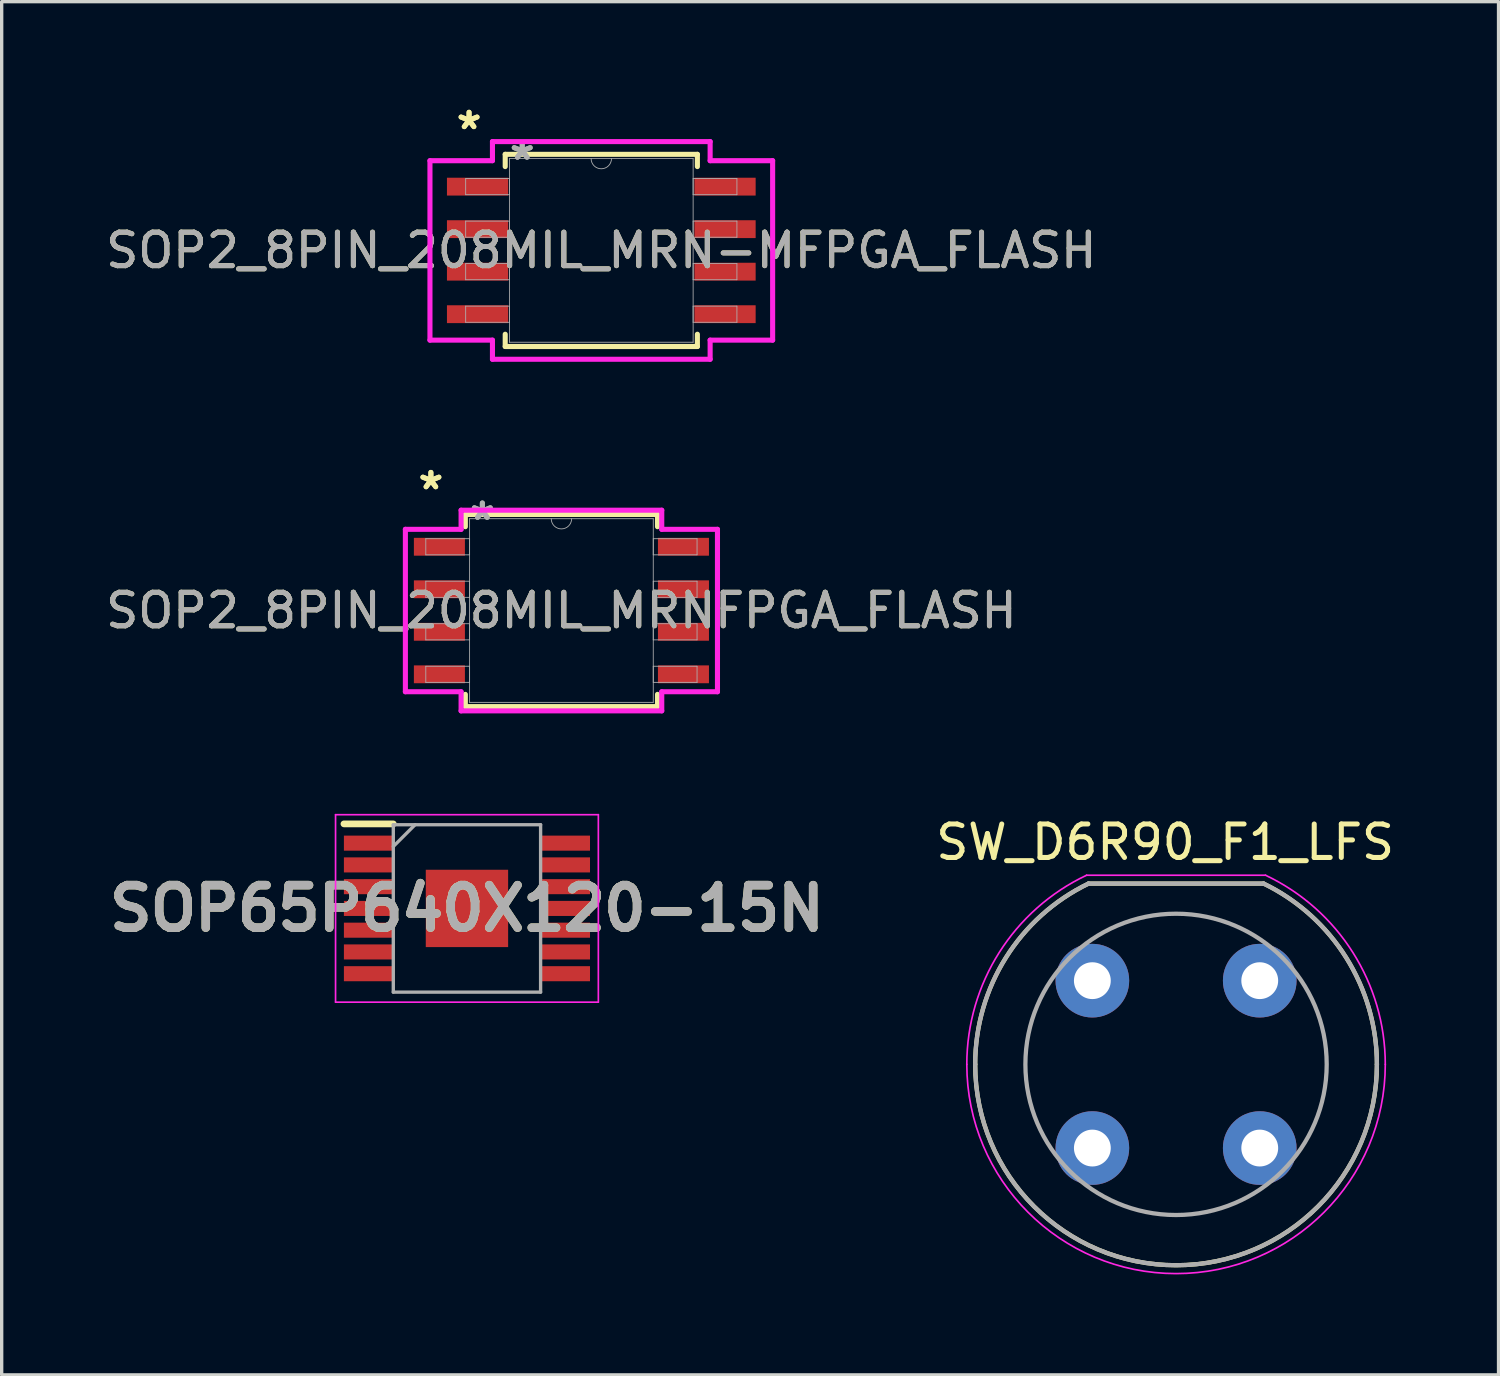
<source format=kicad_pcb>
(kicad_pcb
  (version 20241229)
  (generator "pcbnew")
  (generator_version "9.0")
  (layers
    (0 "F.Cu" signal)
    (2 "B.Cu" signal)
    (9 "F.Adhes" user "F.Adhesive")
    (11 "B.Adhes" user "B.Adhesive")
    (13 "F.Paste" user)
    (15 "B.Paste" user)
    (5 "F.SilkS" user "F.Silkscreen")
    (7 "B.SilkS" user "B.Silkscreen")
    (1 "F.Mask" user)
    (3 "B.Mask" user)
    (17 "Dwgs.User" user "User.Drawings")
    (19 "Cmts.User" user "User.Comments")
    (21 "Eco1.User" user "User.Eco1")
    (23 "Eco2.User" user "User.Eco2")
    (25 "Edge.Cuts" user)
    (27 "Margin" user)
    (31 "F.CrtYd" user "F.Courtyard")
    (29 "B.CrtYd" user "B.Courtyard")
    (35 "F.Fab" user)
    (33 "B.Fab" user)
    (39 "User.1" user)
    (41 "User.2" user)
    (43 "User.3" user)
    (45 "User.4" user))
  (footprint "SW_D6R90_F1_LFS"
    (layer "F.Cu")
    (at 32.079 28.743)
    (property "Reference" "SW_D6R90_F1_LFS" (at -0.325 -6.635 0) (layer "F.SilkS") (effects (font (size 1 1) (thickness 0.15))))
    (attr through_hole)
    (fp_line (start -2.615 -5.4) (end 2.615 -5.4) (stroke (width 0.127) (type solid)) (layer "F.SilkS"))
    (fp_arc (start -6 0) (mid -5.083648 -3.18653) (end -2.615 -5.4) (stroke (width 0.127) (type solid)) (layer "F.SilkS"))
    (fp_arc (start 2.615 -5.4) (mid 5.083263 -3.186288) (end 5.999999 0) (stroke (width 0.127) (type solid)) (layer "F.SilkS"))
    (fp_arc (start 6 0) (mid 0 6) (end -6 0) (stroke (width 0.127) (type solid)) (layer "F.SilkS"))
    (fp_line (start -2.672 -5.65) (end 2.672 -5.65) (stroke (width 0.05) (type solid)) (layer "F.CrtYd"))
    (fp_arc (start -6.25 0) (mid -5.280213 -3.343787) (end -2.672 -5.65) (stroke (width 0.05) (type solid)) (layer "F.CrtYd"))
    (fp_arc (start 2.672 -5.65) (mid 5.280511 -3.343976) (end 6.25 0) (stroke (width 0.05) (type solid)) (layer "F.CrtYd"))
    (fp_arc (start 6.25 0) (mid 0 6.25) (end -6.25 0) (stroke (width 0.05) (type solid)) (layer "F.CrtYd"))
    (fp_line (start -2.615 -5.4) (end 2.615 -5.4) (stroke (width 0.127) (type solid)) (layer "F.Fab"))
    (fp_arc (start -6 0) (mid -5.083648 -3.18653) (end -2.615 -5.4) (stroke (width 0.127) (type solid)) (layer "F.Fab"))
    (fp_arc (start 2.615 -5.4) (mid 5.083263 -3.186288) (end 5.999999 0) (stroke (width 0.127) (type solid)) (layer "F.Fab"))
    (fp_arc (start 6 0) (mid 0 6) (end -6 0) (stroke (width 0.127) (type solid)) (layer "F.Fab"))
    (fp_circle (center 0 0) (end 4.5 0) (stroke (width 0.127) (type solid)) (fill no) (layer "F.Fab"))
    (pad "1" thru_hole circle (at -2.5 -2.5) (size 2.2 2.2) (drill 1.1) (layers "*.Cu" "*.Mask"))
    (pad "2" thru_hole circle (at -2.5 2.5) (size 2.2 2.2) (drill 1.1) (layers "*.Cu" "*.Mask"))
    (pad "3" thru_hole circle (at 2.5 2.5) (size 2.2 2.2) (drill 1.1) (layers "*.Cu" "*.Mask"))
    (pad "4" thru_hole circle (at 2.5 -2.5) (size 2.2 2.2) (drill 1.1) (layers "*.Cu" "*.Mask")))
  (footprint "SOP2_8PIN_208MIL_MRNFPGA_FLASH"
    (layer "F.Cu")
    (at 13.72 15.187)
    (property "Reference" "SOP2_8PIN_208MIL_MRNFPGA_FLASH" (at 0 0 0) (unlocked yes) (layer "F.SilkS") (effects (font (size 1 1) (thickness 0.15))))
    (attr smd)
    (fp_line (start -2.87 -2.87) (end -2.87 -2.504) (stroke (width 0.152) (type solid)) (layer "F.SilkS"))
    (fp_line (start -2.87 2.504) (end -2.87 2.87) (stroke (width 0.152) (type solid)) (layer "F.SilkS"))
    (fp_line (start -2.87 2.87) (end 2.87 2.87) (stroke (width 0.152) (type solid)) (layer "F.SilkS"))
    (fp_line (start 2.87 -2.87) (end -2.87 -2.87) (stroke (width 0.152) (type solid)) (layer "F.SilkS"))
    (fp_line (start 2.87 -2.504) (end 2.87 -2.87) (stroke (width 0.152) (type solid)) (layer "F.SilkS"))
    (fp_line (start 2.87 2.87) (end 2.87 2.504) (stroke (width 0.152) (type solid)) (layer "F.SilkS"))
    (fp_line (start -4.661 -2.426) (end -2.997 -2.426) (stroke (width 0.152) (type solid)) (layer "F.CrtYd"))
    (fp_line (start -4.661 2.426) (end -4.661 -2.426) (stroke (width 0.152) (type solid)) (layer "F.CrtYd"))
    (fp_line (start -4.661 2.426) (end -2.997 2.426) (stroke (width 0.152) (type solid)) (layer "F.CrtYd"))
    (fp_line (start -2.997 -2.997) (end 2.997 -2.997) (stroke (width 0.152) (type solid)) (layer "F.CrtYd"))
    (fp_line (start -2.997 -2.426) (end -2.997 -2.997) (stroke (width 0.152) (type solid)) (layer "F.CrtYd"))
    (fp_line (start -2.997 2.997) (end -2.997 2.426) (stroke (width 0.152) (type solid)) (layer "F.CrtYd"))
    (fp_line (start 2.997 -2.997) (end 2.997 -2.426) (stroke (width 0.152) (type solid)) (layer "F.CrtYd"))
    (fp_line (start 2.997 2.426) (end 2.997 2.997) (stroke (width 0.152) (type solid)) (layer "F.CrtYd"))
    (fp_line (start 2.997 2.997) (end -2.997 2.997) (stroke (width 0.152) (type solid)) (layer "F.CrtYd"))
    (fp_line (start 4.661 -2.426) (end 2.997 -2.426) (stroke (width 0.152) (type solid)) (layer "F.CrtYd"))
    (fp_line (start 4.661 -2.426) (end 4.661 2.426) (stroke (width 0.152) (type solid)) (layer "F.CrtYd"))
    (fp_line (start 4.661 2.426) (end 2.997 2.426) (stroke (width 0.152) (type solid)) (layer "F.CrtYd"))
    (fp_line (start -4.051 -2.146) (end -4.051 -1.664) (stroke (width 0.025) (type solid)) (layer "F.Fab"))
    (fp_line (start -4.051 -1.664) (end -2.743 -1.664) (stroke (width 0.025) (type solid)) (layer "F.Fab"))
    (fp_line (start -4.051 -0.876) (end -4.051 -0.394) (stroke (width 0.025) (type solid)) (layer "F.Fab"))
    (fp_line (start -4.051 -0.394) (end -2.743 -0.394) (stroke (width 0.025) (type solid)) (layer "F.Fab"))
    (fp_line (start -4.051 0.394) (end -4.051 0.876) (stroke (width 0.025) (type solid)) (layer "F.Fab"))
    (fp_line (start -4.051 0.876) (end -2.743 0.876) (stroke (width 0.025) (type solid)) (layer "F.Fab"))
    (fp_line (start -4.051 1.664) (end -4.051 2.146) (stroke (width 0.025) (type solid)) (layer "F.Fab"))
    (fp_line (start -4.051 2.146) (end -2.743 2.146) (stroke (width 0.025) (type solid)) (layer "F.Fab"))
    (fp_line (start -2.743 -2.743) (end -2.743 2.743) (stroke (width 0.025) (type solid)) (layer "F.Fab"))
    (fp_line (start -2.743 -2.146) (end -4.051 -2.146) (stroke (width 0.025) (type solid)) (layer "F.Fab"))
    (fp_line (start -2.743 -1.664) (end -2.743 -2.146) (stroke (width 0.025) (type solid)) (layer "F.Fab"))
    (fp_line (start -2.743 -0.876) (end -4.051 -0.876) (stroke (width 0.025) (type solid)) (layer "F.Fab"))
    (fp_line (start -2.743 -0.394) (end -2.743 -0.876) (stroke (width 0.025) (type solid)) (layer "F.Fab"))
    (fp_line (start -2.743 0.394) (end -4.051 0.394) (stroke (width 0.025) (type solid)) (layer "F.Fab"))
    (fp_line (start -2.743 0.876) (end -2.743 0.394) (stroke (width 0.025) (type solid)) (layer "F.Fab"))
    (fp_line (start -2.743 1.664) (end -4.051 1.664) (stroke (width 0.025) (type solid)) (layer "F.Fab"))
    (fp_line (start -2.743 2.146) (end -2.743 1.664) (stroke (width 0.025) (type solid)) (layer "F.Fab"))
    (fp_line (start -2.743 2.743) (end 2.743 2.743) (stroke (width 0.025) (type solid)) (layer "F.Fab"))
    (fp_line (start 2.743 -2.743) (end -2.743 -2.743) (stroke (width 0.025) (type solid)) (layer "F.Fab"))
    (fp_line (start 2.743 -2.146) (end 2.743 -1.664) (stroke (width 0.025) (type solid)) (layer "F.Fab"))
    (fp_line (start 2.743 -1.664) (end 4.051 -1.664) (stroke (width 0.025) (type solid)) (layer "F.Fab"))
    (fp_line (start 2.743 -0.876) (end 2.743 -0.394) (stroke (width 0.025) (type solid)) (layer "F.Fab"))
    (fp_line (start 2.743 -0.394) (end 4.051 -0.394) (stroke (width 0.025) (type solid)) (layer "F.Fab"))
    (fp_line (start 2.743 0.394) (end 2.743 0.876) (stroke (width 0.025) (type solid)) (layer "F.Fab"))
    (fp_line (start 2.743 0.876) (end 4.051 0.876) (stroke (width 0.025) (type solid)) (layer "F.Fab"))
    (fp_line (start 2.743 1.664) (end 2.743 2.146) (stroke (width 0.025) (type solid)) (layer "F.Fab"))
    (fp_line (start 2.743 2.146) (end 4.051 2.146) (stroke (width 0.025) (type solid)) (layer "F.Fab"))
    (fp_line (start 2.743 2.743) (end 2.743 -2.743) (stroke (width 0.025) (type solid)) (layer "F.Fab"))
    (fp_line (start 4.051 -2.146) (end 2.743 -2.146) (stroke (width 0.025) (type solid)) (layer "F.Fab"))
    (fp_line (start 4.051 -1.664) (end 4.051 -2.146) (stroke (width 0.025) (type solid)) (layer "F.Fab"))
    (fp_line (start 4.051 -0.876) (end 2.743 -0.876) (stroke (width 0.025) (type solid)) (layer "F.Fab"))
    (fp_line (start 4.051 -0.394) (end 4.051 -0.876) (stroke (width 0.025) (type solid)) (layer "F.Fab"))
    (fp_line (start 4.051 0.394) (end 2.743 0.394) (stroke (width 0.025) (type solid)) (layer "F.Fab"))
    (fp_line (start 4.051 0.876) (end 4.051 0.394) (stroke (width 0.025) (type solid)) (layer "F.Fab"))
    (fp_line (start 4.051 1.664) (end 2.743 1.664) (stroke (width 0.025) (type solid)) (layer "F.Fab"))
    (fp_line (start 4.051 2.146) (end 4.051 1.664) (stroke (width 0.025) (type solid)) (layer "F.Fab"))
    (fp_arc (start 0.3048 -2.7432) (mid 0 -2.4384) (end -0.3048 -2.7432) (stroke (width 0.0254) (type solid)) (layer "F.Fab"))
    (fp_text user "*" (at -3.899 -3.581 0) (unlocked yes) (layer "F.SilkS") (effects (font (size 1 1) (thickness 0.15))))
    (fp_text user "*" (at -3.899 -3.581 0) (layer "F.SilkS") (effects (font (size 1 1) (thickness 0.15))))
    (fp_text user "${REFERENCE}" (at 0 0 0) (unlocked yes) (layer "F.Fab") (effects (font (size 1 1) (thickness 0.15))))
    (fp_text user "*" (at -2.362 -2.667 0) (layer "F.Fab") (effects (font (size 1 1) (thickness 0.15))))
    (fp_text user "*" (at -2.362 -2.667 0) (unlocked yes) (layer "F.Fab") (effects (font (size 1 1) (thickness 0.15))))
    (pad "1" smd rect (at -3.645 -1.905) (size 1.524 0.533) (layers "F.Cu" "F.Mask" "F.Paste"))
    (pad "2" smd rect (at -3.645 -0.635) (size 1.524 0.533) (layers "F.Cu" "F.Mask" "F.Paste"))
    (pad "3" smd rect (at -3.645 0.635) (size 1.524 0.533) (layers "F.Cu" "F.Mask" "F.Paste"))
    (pad "4" smd rect (at -3.645 1.905) (size 1.524 0.533) (layers "F.Cu" "F.Mask" "F.Paste"))
    (pad "5" smd rect (at 3.645 1.905) (size 1.524 0.533) (layers "F.Cu" "F.Mask" "F.Paste"))
    (pad "6" smd rect (at 3.645 0.635) (size 1.524 0.533) (layers "F.Cu" "F.Mask" "F.Paste"))
    (pad "7" smd rect (at 3.645 -0.635) (size 1.524 0.533) (layers "F.Cu" "F.Mask" "F.Paste"))
    (pad "8" smd rect (at 3.645 -1.905) (size 1.524 0.533) (layers "F.Cu" "F.Mask" "F.Paste")))
  (footprint "SOP65P640X120-15N"
    (layer "F.Cu")
    (at 10.898 24.085)
    (property "Reference" "SOP65P640X120-15N" (at 0 0 0) (layer "F.SilkS") (effects (font (size 1.27 1.27) (thickness 0.254))))
    (attr smd)
    (fp_line (start -3.675 -2.525) (end -2.2 -2.525) (stroke (width 0.2) (type solid)) (layer "F.SilkS"))
    (fp_line (start -3.925 -2.8) (end 3.925 -2.8) (stroke (width 0.05) (type solid)) (layer "F.CrtYd"))
    (fp_line (start -3.925 2.8) (end -3.925 -2.8) (stroke (width 0.05) (type solid)) (layer "F.CrtYd"))
    (fp_line (start 3.925 -2.8) (end 3.925 2.8) (stroke (width 0.05) (type solid)) (layer "F.CrtYd"))
    (fp_line (start 3.925 2.8) (end -3.925 2.8) (stroke (width 0.05) (type solid)) (layer "F.CrtYd"))
    (fp_line (start -2.2 -2.5) (end 2.2 -2.5) (stroke (width 0.1) (type solid)) (layer "F.Fab"))
    (fp_line (start -2.2 -1.85) (end -1.55 -2.5) (stroke (width 0.1) (type solid)) (layer "F.Fab"))
    (fp_line (start -2.2 2.5) (end -2.2 -2.5) (stroke (width 0.1) (type solid)) (layer "F.Fab"))
    (fp_line (start 2.2 -2.5) (end 2.2 2.5) (stroke (width 0.1) (type solid)) (layer "F.Fab"))
    (fp_line (start 2.2 2.5) (end -2.2 2.5) (stroke (width 0.1) (type solid)) (layer "F.Fab"))
    (fp_text user "${REFERENCE}" (at 0 0 0) (layer "F.Fab") (effects (font (size 1.27 1.27) (thickness 0.254))))
    (pad "1" smd rect (at -2.938 -1.95 90) (size 0.45 1.475) (layers "F.Cu" "F.Mask" "F.Paste"))
    (pad "2" smd rect (at -2.938 -1.3 90) (size 0.45 1.475) (layers "F.Cu" "F.Mask" "F.Paste"))
    (pad "3" smd rect (at -2.938 -0.65 90) (size 0.45 1.475) (layers "F.Cu" "F.Mask" "F.Paste"))
    (pad "4" smd rect (at -2.938 0 90) (size 0.45 1.475) (layers "F.Cu" "F.Mask" "F.Paste"))
    (pad "5" smd rect (at -2.938 0.65 90) (size 0.45 1.475) (layers "F.Cu" "F.Mask" "F.Paste"))
    (pad "6" smd rect (at -2.938 1.3 90) (size 0.45 1.475) (layers "F.Cu" "F.Mask" "F.Paste"))
    (pad "7" smd rect (at -2.938 1.95 90) (size 0.45 1.475) (layers "F.Cu" "F.Mask" "F.Paste"))
    (pad "8" smd rect (at 2.938 1.95 90) (size 0.45 1.475) (layers "F.Cu" "F.Mask" "F.Paste"))
    (pad "9" smd rect (at 2.938 1.3 90) (size 0.45 1.475) (layers "F.Cu" "F.Mask" "F.Paste"))
    (pad "10" smd rect (at 2.938 0.65 90) (size 0.45 1.475) (layers "F.Cu" "F.Mask" "F.Paste"))
    (pad "11" smd rect (at 2.938 0 90) (size 0.45 1.475) (layers "F.Cu" "F.Mask" "F.Paste"))
    (pad "12" smd rect (at 2.938 -0.65 90) (size 0.45 1.475) (layers "F.Cu" "F.Mask" "F.Paste"))
    (pad "13" smd rect (at 2.938 -1.3 90) (size 0.45 1.475) (layers "F.Cu" "F.Mask" "F.Paste"))
    (pad "14" smd rect (at 2.938 -1.95 90) (size 0.45 1.475) (layers "F.Cu" "F.Mask" "F.Paste"))
    (pad "15" smd rect (at 0 0 90) (size 2.31 2.46) (layers "F.Cu" "F.Mask" "F.Paste")))
  (footprint "SOP2_8PIN_208MIL_MRN-MFPGA_FLASH"
    (layer "F.Cu")
    (at 14.911 4.43)
    (property "Reference" "SOP2_8PIN_208MIL_MRN-MFPGA_FLASH" (at 0 0 0) (unlocked yes) (layer "F.SilkS") (effects (font (size 1 1) (thickness 0.15))))
    (attr smd)
    (fp_line (start -2.87 -2.87) (end -2.87 -2.504) (stroke (width 0.152) (type solid)) (layer "F.SilkS"))
    (fp_line (start -2.87 2.504) (end -2.87 2.87) (stroke (width 0.152) (type solid)) (layer "F.SilkS"))
    (fp_line (start -2.87 2.87) (end 2.87 2.87) (stroke (width 0.152) (type solid)) (layer "F.SilkS"))
    (fp_line (start 2.87 -2.87) (end -2.87 -2.87) (stroke (width 0.152) (type solid)) (layer "F.SilkS"))
    (fp_line (start 2.87 -2.504) (end 2.87 -2.87) (stroke (width 0.152) (type solid)) (layer "F.SilkS"))
    (fp_line (start 2.87 2.87) (end 2.87 2.504) (stroke (width 0.152) (type solid)) (layer "F.SilkS"))
    (fp_line (start -5.118 -2.68) (end -3.251 -2.68) (stroke (width 0.152) (type solid)) (layer "F.CrtYd"))
    (fp_line (start -5.118 2.68) (end -5.118 -2.68) (stroke (width 0.152) (type solid)) (layer "F.CrtYd"))
    (fp_line (start -5.118 2.68) (end -3.251 2.68) (stroke (width 0.152) (type solid)) (layer "F.CrtYd"))
    (fp_line (start -3.251 -3.251) (end 3.251 -3.251) (stroke (width 0.152) (type solid)) (layer "F.CrtYd"))
    (fp_line (start -3.251 -2.68) (end -3.251 -3.251) (stroke (width 0.152) (type solid)) (layer "F.CrtYd"))
    (fp_line (start -3.251 3.251) (end -3.251 2.68) (stroke (width 0.152) (type solid)) (layer "F.CrtYd"))
    (fp_line (start 3.251 -3.251) (end 3.251 -2.68) (stroke (width 0.152) (type solid)) (layer "F.CrtYd"))
    (fp_line (start 3.251 2.68) (end 3.251 3.251) (stroke (width 0.152) (type solid)) (layer "F.CrtYd"))
    (fp_line (start 3.251 3.251) (end -3.251 3.251) (stroke (width 0.152) (type solid)) (layer "F.CrtYd"))
    (fp_line (start 5.118 -2.68) (end 3.251 -2.68) (stroke (width 0.152) (type solid)) (layer "F.CrtYd"))
    (fp_line (start 5.118 -2.68) (end 5.118 2.68) (stroke (width 0.152) (type solid)) (layer "F.CrtYd"))
    (fp_line (start 5.118 2.68) (end 3.251 2.68) (stroke (width 0.152) (type solid)) (layer "F.CrtYd"))
    (fp_line (start -4.051 -2.146) (end -4.051 -1.664) (stroke (width 0.025) (type solid)) (layer "F.Fab"))
    (fp_line (start -4.051 -1.664) (end -2.743 -1.664) (stroke (width 0.025) (type solid)) (layer "F.Fab"))
    (fp_line (start -4.051 -0.876) (end -4.051 -0.394) (stroke (width 0.025) (type solid)) (layer "F.Fab"))
    (fp_line (start -4.051 -0.394) (end -2.743 -0.394) (stroke (width 0.025) (type solid)) (layer "F.Fab"))
    (fp_line (start -4.051 0.394) (end -4.051 0.876) (stroke (width 0.025) (type solid)) (layer "F.Fab"))
    (fp_line (start -4.051 0.876) (end -2.743 0.876) (stroke (width 0.025) (type solid)) (layer "F.Fab"))
    (fp_line (start -4.051 1.664) (end -4.051 2.146) (stroke (width 0.025) (type solid)) (layer "F.Fab"))
    (fp_line (start -4.051 2.146) (end -2.743 2.146) (stroke (width 0.025) (type solid)) (layer "F.Fab"))
    (fp_line (start -2.743 -2.743) (end -2.743 2.743) (stroke (width 0.025) (type solid)) (layer "F.Fab"))
    (fp_line (start -2.743 -2.146) (end -4.051 -2.146) (stroke (width 0.025) (type solid)) (layer "F.Fab"))
    (fp_line (start -2.743 -1.664) (end -2.743 -2.146) (stroke (width 0.025) (type solid)) (layer "F.Fab"))
    (fp_line (start -2.743 -0.876) (end -4.051 -0.876) (stroke (width 0.025) (type solid)) (layer "F.Fab"))
    (fp_line (start -2.743 -0.394) (end -2.743 -0.876) (stroke (width 0.025) (type solid)) (layer "F.Fab"))
    (fp_line (start -2.743 0.394) (end -4.051 0.394) (stroke (width 0.025) (type solid)) (layer "F.Fab"))
    (fp_line (start -2.743 0.876) (end -2.743 0.394) (stroke (width 0.025) (type solid)) (layer "F.Fab"))
    (fp_line (start -2.743 1.664) (end -4.051 1.664) (stroke (width 0.025) (type solid)) (layer "F.Fab"))
    (fp_line (start -2.743 2.146) (end -2.743 1.664) (stroke (width 0.025) (type solid)) (layer "F.Fab"))
    (fp_line (start -2.743 2.743) (end 2.743 2.743) (stroke (width 0.025) (type solid)) (layer "F.Fab"))
    (fp_line (start 2.743 -2.743) (end -2.743 -2.743) (stroke (width 0.025) (type solid)) (layer "F.Fab"))
    (fp_line (start 2.743 -2.146) (end 2.743 -1.664) (stroke (width 0.025) (type solid)) (layer "F.Fab"))
    (fp_line (start 2.743 -1.664) (end 4.051 -1.664) (stroke (width 0.025) (type solid)) (layer "F.Fab"))
    (fp_line (start 2.743 -0.876) (end 2.743 -0.394) (stroke (width 0.025) (type solid)) (layer "F.Fab"))
    (fp_line (start 2.743 -0.394) (end 4.051 -0.394) (stroke (width 0.025) (type solid)) (layer "F.Fab"))
    (fp_line (start 2.743 0.394) (end 2.743 0.876) (stroke (width 0.025) (type solid)) (layer "F.Fab"))
    (fp_line (start 2.743 0.876) (end 4.051 0.876) (stroke (width 0.025) (type solid)) (layer "F.Fab"))
    (fp_line (start 2.743 1.664) (end 2.743 2.146) (stroke (width 0.025) (type solid)) (layer "F.Fab"))
    (fp_line (start 2.743 2.146) (end 4.051 2.146) (stroke (width 0.025) (type solid)) (layer "F.Fab"))
    (fp_line (start 2.743 2.743) (end 2.743 -2.743) (stroke (width 0.025) (type solid)) (layer "F.Fab"))
    (fp_line (start 4.051 -2.146) (end 2.743 -2.146) (stroke (width 0.025) (type solid)) (layer "F.Fab"))
    (fp_line (start 4.051 -1.664) (end 4.051 -2.146) (stroke (width 0.025) (type solid)) (layer "F.Fab"))
    (fp_line (start 4.051 -0.876) (end 2.743 -0.876) (stroke (width 0.025) (type solid)) (layer "F.Fab"))
    (fp_line (start 4.051 -0.394) (end 4.051 -0.876) (stroke (width 0.025) (type solid)) (layer "F.Fab"))
    (fp_line (start 4.051 0.394) (end 2.743 0.394) (stroke (width 0.025) (type solid)) (layer "F.Fab"))
    (fp_line (start 4.051 0.876) (end 4.051 0.394) (stroke (width 0.025) (type solid)) (layer "F.Fab"))
    (fp_line (start 4.051 1.664) (end 2.743 1.664) (stroke (width 0.025) (type solid)) (layer "F.Fab"))
    (fp_line (start 4.051 2.146) (end 4.051 1.664) (stroke (width 0.025) (type solid)) (layer "F.Fab"))
    (fp_arc (start 0.3048 -2.7432) (mid 0 -2.4384) (end -0.3048 -2.7432) (stroke (width 0.0254) (type solid)) (layer "F.Fab"))
    (fp_text user "*" (at -3.95 -3.581 0) (layer "F.SilkS") (effects (font (size 1 1) (thickness 0.15))))
    (fp_text user "*" (at -3.95 -3.581 0) (unlocked yes) (layer "F.SilkS") (effects (font (size 1 1) (thickness 0.15))))
    (fp_text user "*" (at -2.362 -2.667 0) (unlocked yes) (layer "F.Fab") (effects (font (size 1 1) (thickness 0.15))))
    (fp_text user "${REFERENCE}" (at 0 0 0) (unlocked yes) (layer "F.Fab") (effects (font (size 1 1) (thickness 0.15))))
    (fp_text user "*" (at -2.362 -2.667 0) (layer "F.Fab") (effects (font (size 1 1) (thickness 0.15))))
    (pad "1" smd rect (at -3.696 -1.905) (size 1.829 0.533) (layers "F.Cu" "F.Mask" "F.Paste"))
    (pad "2" smd rect (at -3.696 -0.635) (size 1.829 0.533) (layers "F.Cu" "F.Mask" "F.Paste"))
    (pad "3" smd rect (at -3.696 0.635) (size 1.829 0.533) (layers "F.Cu" "F.Mask" "F.Paste"))
    (pad "4" smd rect (at -3.696 1.905) (size 1.829 0.533) (layers "F.Cu" "F.Mask" "F.Paste"))
    (pad "5" smd rect (at 3.696 1.905) (size 1.829 0.533) (layers "F.Cu" "F.Mask" "F.Paste"))
    (pad "6" smd rect (at 3.696 0.635) (size 1.829 0.533) (layers "F.Cu" "F.Mask" "F.Paste"))
    (pad "7" smd rect (at 3.696 -0.635) (size 1.829 0.533) (layers "F.Cu" "F.Mask" "F.Paste"))
    (pad "8" smd rect (at 3.696 -1.905) (size 1.829 0.533) (layers "F.Cu" "F.Mask" "F.Paste")))
  (gr_rect
    (start -3 -3)
    (end 41.712 38.018)
    (stroke (width 0.1) (type default))
    (fill no)
    (layer "Edge.Cuts")))
</source>
